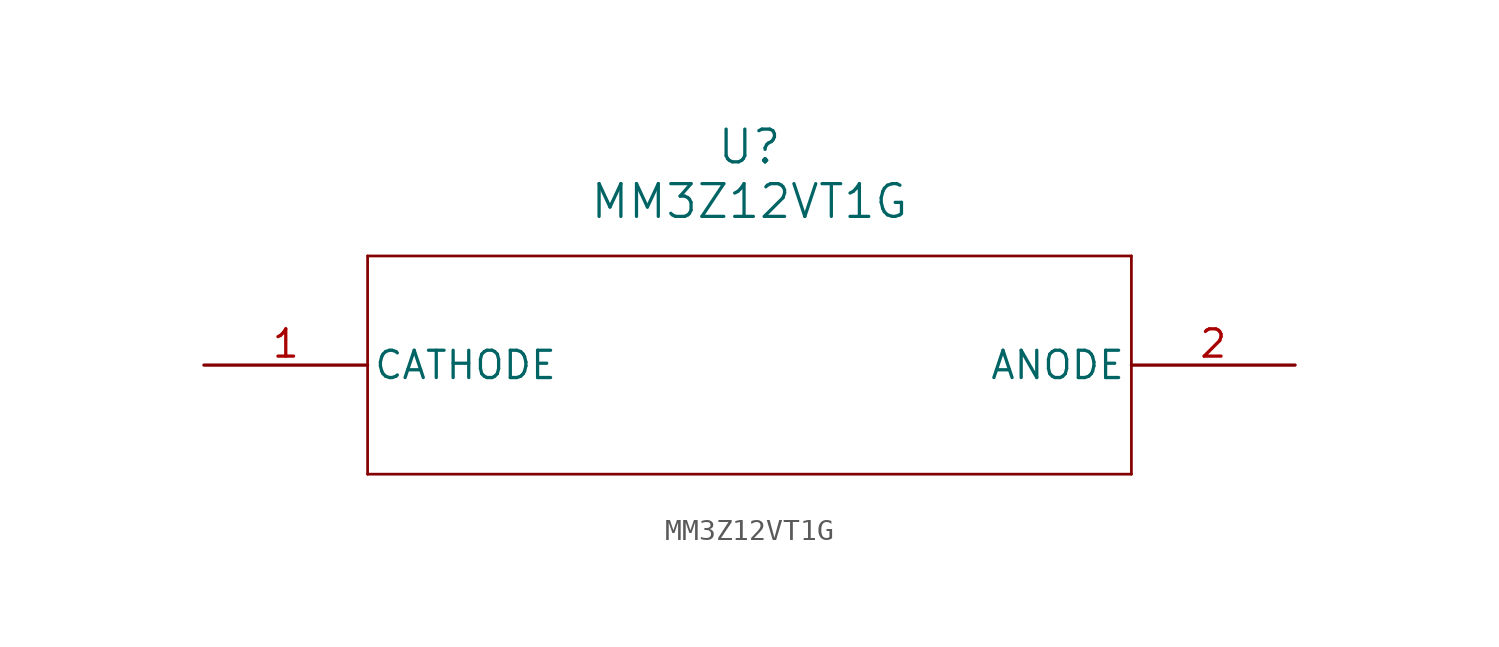
<source format=kicad_sym>
(kicad_symbol_lib
  (version 20220914)
  (generator kicad_symbol_editor)
  (symbol "MM3Z12VT1G"
    (pin_names
      (offset 0.254))
    (property "Reference" "U"
      (at 25.4 10.16 0)
      (effects (font (size 1.524 1.524))))
    (property "Value" "MM3Z12VT1G"
      (at 25.4 7.62 0)
      (effects (font (size 1.524 1.524))))
    (symbol "MM3Z12VT1G_0_1"
      (polyline (pts (xy 7.62 -5.08) (xy 43.18 -5.08)) (stroke (width 0.127) (type default)) (fill (type none)))
      (polyline (pts (xy 7.62 5.08) (xy 7.62 -5.08)) (stroke (width 0.127) (type default)) (fill (type none)))
      (polyline (pts (xy 43.18 -5.08) (xy 43.18 5.08)) (stroke (width 0.127) (type default)) (fill (type none)))
      (polyline (pts (xy 43.18 5.08) (xy 7.62 5.08)) (stroke (width 0.127) (type default)) (fill (type none)))
      (pin unspecified line (at 0 0 0) (length 7.62) (name "CATHODE" (effects (font (size 1.27 1.27)))) (number "1" (effects (font (size 1.27 1.27)))))
      (pin unspecified line (at 50.8 0 180) (length 7.62) (name "ANODE" (effects (font (size 1.27 1.27)))) (number "2" (effects (font (size 1.27 1.27))))))))
</source>
